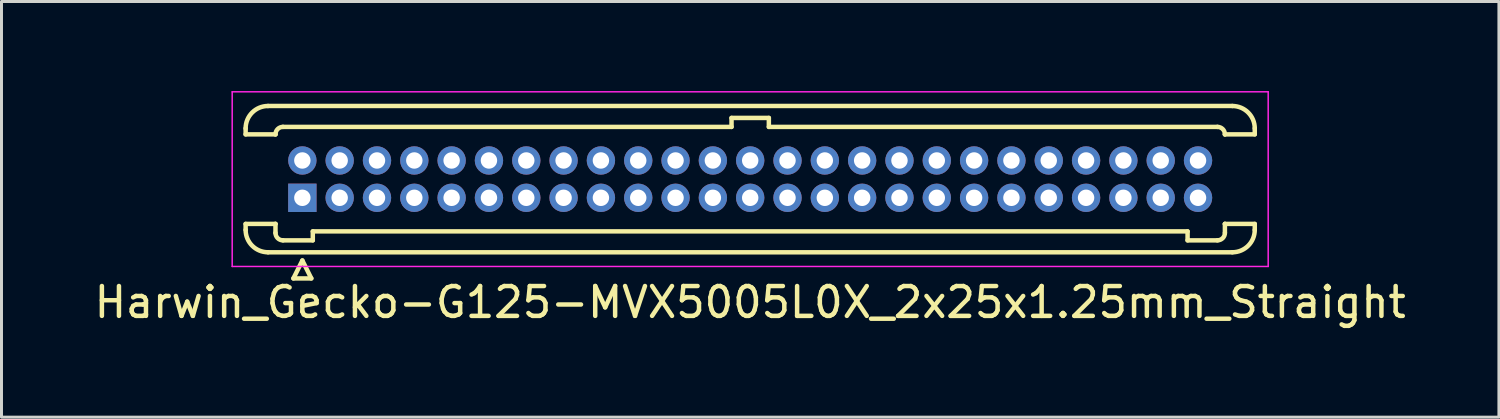
<source format=kicad_pcb>
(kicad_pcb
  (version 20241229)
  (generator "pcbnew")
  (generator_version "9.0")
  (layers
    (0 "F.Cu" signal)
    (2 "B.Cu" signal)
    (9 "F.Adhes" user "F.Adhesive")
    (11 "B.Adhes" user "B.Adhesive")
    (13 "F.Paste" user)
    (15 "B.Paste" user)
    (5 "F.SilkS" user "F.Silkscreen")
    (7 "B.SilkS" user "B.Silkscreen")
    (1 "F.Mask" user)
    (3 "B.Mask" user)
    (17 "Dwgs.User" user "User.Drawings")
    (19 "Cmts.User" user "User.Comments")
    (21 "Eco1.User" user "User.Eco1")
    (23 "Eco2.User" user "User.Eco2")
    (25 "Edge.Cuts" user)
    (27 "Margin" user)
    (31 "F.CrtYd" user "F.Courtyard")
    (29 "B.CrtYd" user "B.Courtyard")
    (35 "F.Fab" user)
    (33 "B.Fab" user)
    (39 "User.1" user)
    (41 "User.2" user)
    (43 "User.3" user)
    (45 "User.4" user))
  (footprint "Harwin_Gecko-G125-MVX5005L0X_2x25x1.25mm_Straight"
    (layer "F.Cu")
    (at 7.077 3.575)
    (property "Reference" "Harwin_Gecko-G125-MVX5005L0X_2x25x1.25mm_Straight" (at 15 3.5 0) (layer "F.SilkS") (effects (font (size 1 1) (thickness 0.15))))
    (attr through_hole)
    (fp_line (start -1.9 -2.325) (end -1.9 -2.125) (stroke (width 0.15) (type solid)) (layer "F.SilkS"))
    (fp_line (start -1.9 -2.125) (end -0.9 -2.125) (stroke (width 0.15) (type solid)) (layer "F.SilkS"))
    (fp_line (start -1.9 0.875) (end -0.9 0.875) (stroke (width 0.15) (type solid)) (layer "F.SilkS"))
    (fp_line (start -1.9 1.075) (end -1.9 0.875) (stroke (width 0.15) (type solid)) (layer "F.SilkS"))
    (fp_line (start -1.15 -3.075) (end 31.15 -3.075) (stroke (width 0.15) (type solid)) (layer "F.SilkS"))
    (fp_line (start -1.15 1.825) (end 31.15 1.825) (stroke (width 0.15) (type solid)) (layer "F.SilkS"))
    (fp_line (start -0.9 -2.125) (end -0.9 -2.125) (stroke (width 0.15) (type solid)) (layer "F.SilkS"))
    (fp_line (start -0.9 0.875) (end -0.9 0.875) (stroke (width 0.15) (type solid)) (layer "F.SilkS"))
    (fp_line (start -0.9 1.175) (end -0.9 0.875) (stroke (width 0.15) (type solid)) (layer "F.SilkS"))
    (fp_line (start -0.65 -2.375) (end 14.375 -2.375) (stroke (width 0.15) (type solid)) (layer "F.SilkS"))
    (fp_line (start -0.65 1.425) (end 0.35 1.425) (stroke (width 0.15) (type solid)) (layer "F.SilkS"))
    (fp_line (start -0.3 2.7) (end 0.3 2.7) (stroke (width 0.15) (type solid)) (layer "F.SilkS"))
    (fp_line (start 0 2.1) (end -0.3 2.7) (stroke (width 0.15) (type solid)) (layer "F.SilkS"))
    (fp_line (start 0.3 2.7) (end 0 2.1) (stroke (width 0.15) (type solid)) (layer "F.SilkS"))
    (fp_line (start 0.35 1.125) (end 29.65 1.125) (stroke (width 0.15) (type solid)) (layer "F.SilkS"))
    (fp_line (start 0.35 1.425) (end 0.35 1.125) (stroke (width 0.15) (type solid)) (layer "F.SilkS"))
    (fp_line (start 14.375 -2.675) (end 15.625 -2.675) (stroke (width 0.15) (type solid)) (layer "F.SilkS"))
    (fp_line (start 14.375 -2.375) (end 14.375 -2.675) (stroke (width 0.15) (type solid)) (layer "F.SilkS"))
    (fp_line (start 15.625 -2.675) (end 15.625 -2.375) (stroke (width 0.15) (type solid)) (layer "F.SilkS"))
    (fp_line (start 15.625 -2.375) (end 30.65 -2.375) (stroke (width 0.15) (type solid)) (layer "F.SilkS"))
    (fp_line (start 29.65 1.125) (end 29.65 1.425) (stroke (width 0.15) (type solid)) (layer "F.SilkS"))
    (fp_line (start 29.65 1.425) (end 30.65 1.425) (stroke (width 0.15) (type solid)) (layer "F.SilkS"))
    (fp_line (start 30.9 -2.125) (end 30.9 -2.125) (stroke (width 0.15) (type solid)) (layer "F.SilkS"))
    (fp_line (start 30.9 0.875) (end 30.9 0.875) (stroke (width 0.15) (type solid)) (layer "F.SilkS"))
    (fp_line (start 30.9 1.175) (end 30.9 0.875) (stroke (width 0.15) (type solid)) (layer "F.SilkS"))
    (fp_line (start 31.9 -2.325) (end 31.9 -2.125) (stroke (width 0.15) (type solid)) (layer "F.SilkS"))
    (fp_line (start 31.9 -2.125) (end 30.9 -2.125) (stroke (width 0.15) (type solid)) (layer "F.SilkS"))
    (fp_line (start 31.9 0.875) (end 30.9 0.875) (stroke (width 0.15) (type solid)) (layer "F.SilkS"))
    (fp_line (start 31.9 1.075) (end 31.9 0.875) (stroke (width 0.15) (type solid)) (layer "F.SilkS"))
    (fp_arc (start -1.9 -2.325) (mid -1.68033 -2.85533) (end -1.15 -3.075) (stroke (width 0.15) (type solid)) (layer "F.SilkS"))
    (fp_arc (start -1.15 1.825) (mid -1.68033 1.60533) (end -1.9 1.075) (stroke (width 0.15) (type solid)) (layer "F.SilkS"))
    (fp_arc (start -0.9 -2.125) (mid -0.826777 -2.301777) (end -0.65 -2.375) (stroke (width 0.15) (type solid)) (layer "F.SilkS"))
    (fp_arc (start -0.65 1.425) (mid -0.826777 1.351777) (end -0.9 1.175) (stroke (width 0.15) (type solid)) (layer "F.SilkS"))
    (fp_arc (start 30.65 -2.375) (mid 30.826777 -2.301777) (end 30.9 -2.125) (stroke (width 0.15) (type solid)) (layer "F.SilkS"))
    (fp_arc (start 30.9 1.175) (mid 30.826777 1.351777) (end 30.65 1.425) (stroke (width 0.15) (type solid)) (layer "F.SilkS"))
    (fp_arc (start 31.15 -3.075) (mid 31.68033 -2.85533) (end 31.9 -2.325) (stroke (width 0.15) (type solid)) (layer "F.SilkS"))
    (fp_arc (start 31.9 1.075) (mid 31.68033 1.60533) (end 31.15 1.825) (stroke (width 0.15) (type solid)) (layer "F.SilkS"))
    (fp_line (start -2.35 -3.55) (end -2.35 2.3) (stroke (width 0.05) (type solid)) (layer "F.CrtYd"))
    (fp_line (start -2.35 2.3) (end 32.35 2.3) (stroke (width 0.05) (type solid)) (layer "F.CrtYd"))
    (fp_line (start 32.35 -3.55) (end -2.35 -3.55) (stroke (width 0.05) (type solid)) (layer "F.CrtYd"))
    (fp_line (start 32.35 2.3) (end 32.35 -3.55) (stroke (width 0.05) (type solid)) (layer "F.CrtYd"))
    (pad "1" thru_hole rect (at 0 0) (size 0.95 0.95) (drill 0.55) (layers "*.Cu" "*.Mask"))
    (pad "2" thru_hole circle (at 0 -1.25) (size 0.95 0.95) (drill 0.55) (layers "*.Cu" "*.Mask"))
    (pad "3" thru_hole circle (at 1.25 0) (size 0.95 0.95) (drill 0.55) (layers "*.Cu" "*.Mask"))
    (pad "4" thru_hole circle (at 1.25 -1.25) (size 0.95 0.95) (drill 0.55) (layers "*.Cu" "*.Mask"))
    (pad "5" thru_hole circle (at 2.5 0) (size 0.95 0.95) (drill 0.55) (layers "*.Cu" "*.Mask"))
    (pad "6" thru_hole circle (at 2.5 -1.25) (size 0.95 0.95) (drill 0.55) (layers "*.Cu" "*.Mask"))
    (pad "7" thru_hole circle (at 3.75 0) (size 0.95 0.95) (drill 0.55) (layers "*.Cu" "*.Mask"))
    (pad "8" thru_hole circle (at 3.75 -1.25) (size 0.95 0.95) (drill 0.55) (layers "*.Cu" "*.Mask"))
    (pad "9" thru_hole circle (at 5 0) (size 0.95 0.95) (drill 0.55) (layers "*.Cu" "*.Mask"))
    (pad "10" thru_hole circle (at 5 -1.25) (size 0.95 0.95) (drill 0.55) (layers "*.Cu" "*.Mask"))
    (pad "11" thru_hole circle (at 6.25 0) (size 0.95 0.95) (drill 0.55) (layers "*.Cu" "*.Mask"))
    (pad "12" thru_hole circle (at 6.25 -1.25) (size 0.95 0.95) (drill 0.55) (layers "*.Cu" "*.Mask"))
    (pad "13" thru_hole circle (at 7.5 0) (size 0.95 0.95) (drill 0.55) (layers "*.Cu" "*.Mask"))
    (pad "14" thru_hole circle (at 7.5 -1.25) (size 0.95 0.95) (drill 0.55) (layers "*.Cu" "*.Mask"))
    (pad "15" thru_hole circle (at 8.75 0) (size 0.95 0.95) (drill 0.55) (layers "*.Cu" "*.Mask"))
    (pad "16" thru_hole circle (at 8.75 -1.25) (size 0.95 0.95) (drill 0.55) (layers "*.Cu" "*.Mask"))
    (pad "17" thru_hole circle (at 10 0) (size 0.95 0.95) (drill 0.55) (layers "*.Cu" "*.Mask"))
    (pad "18" thru_hole circle (at 10 -1.25) (size 0.95 0.95) (drill 0.55) (layers "*.Cu" "*.Mask"))
    (pad "19" thru_hole circle (at 11.25 0) (size 0.95 0.95) (drill 0.55) (layers "*.Cu" "*.Mask"))
    (pad "20" thru_hole circle (at 11.25 -1.25) (size 0.95 0.95) (drill 0.55) (layers "*.Cu" "*.Mask"))
    (pad "21" thru_hole circle (at 12.5 0) (size 0.95 0.95) (drill 0.55) (layers "*.Cu" "*.Mask"))
    (pad "22" thru_hole circle (at 12.5 -1.25) (size 0.95 0.95) (drill 0.55) (layers "*.Cu" "*.Mask"))
    (pad "23" thru_hole circle (at 13.75 0) (size 0.95 0.95) (drill 0.55) (layers "*.Cu" "*.Mask"))
    (pad "24" thru_hole circle (at 13.75 -1.25) (size 0.95 0.95) (drill 0.55) (layers "*.Cu" "*.Mask"))
    (pad "25" thru_hole circle (at 15 0) (size 0.95 0.95) (drill 0.55) (layers "*.Cu" "*.Mask"))
    (pad "26" thru_hole circle (at 15 -1.25) (size 0.95 0.95) (drill 0.55) (layers "*.Cu" "*.Mask"))
    (pad "27" thru_hole circle (at 16.25 0) (size 0.95 0.95) (drill 0.55) (layers "*.Cu" "*.Mask"))
    (pad "28" thru_hole circle (at 16.25 -1.25) (size 0.95 0.95) (drill 0.55) (layers "*.Cu" "*.Mask"))
    (pad "29" thru_hole circle (at 17.5 0) (size 0.95 0.95) (drill 0.55) (layers "*.Cu" "*.Mask"))
    (pad "30" thru_hole circle (at 17.5 -1.25) (size 0.95 0.95) (drill 0.55) (layers "*.Cu" "*.Mask"))
    (pad "31" thru_hole circle (at 18.75 0) (size 0.95 0.95) (drill 0.55) (layers "*.Cu" "*.Mask"))
    (pad "32" thru_hole circle (at 18.75 -1.25) (size 0.95 0.95) (drill 0.55) (layers "*.Cu" "*.Mask"))
    (pad "33" thru_hole circle (at 20 0) (size 0.95 0.95) (drill 0.55) (layers "*.Cu" "*.Mask"))
    (pad "34" thru_hole circle (at 20 -1.25) (size 0.95 0.95) (drill 0.55) (layers "*.Cu" "*.Mask"))
    (pad "35" thru_hole circle (at 21.25 0) (size 0.95 0.95) (drill 0.55) (layers "*.Cu" "*.Mask"))
    (pad "36" thru_hole circle (at 21.25 -1.25) (size 0.95 0.95) (drill 0.55) (layers "*.Cu" "*.Mask"))
    (pad "37" thru_hole circle (at 22.5 0) (size 0.95 0.95) (drill 0.55) (layers "*.Cu" "*.Mask"))
    (pad "38" thru_hole circle (at 22.5 -1.25) (size 0.95 0.95) (drill 0.55) (layers "*.Cu" "*.Mask"))
    (pad "39" thru_hole circle (at 23.75 0) (size 0.95 0.95) (drill 0.55) (layers "*.Cu" "*.Mask"))
    (pad "40" thru_hole circle (at 23.75 -1.25) (size 0.95 0.95) (drill 0.55) (layers "*.Cu" "*.Mask"))
    (pad "41" thru_hole circle (at 25 0) (size 0.95 0.95) (drill 0.55) (layers "*.Cu" "*.Mask"))
    (pad "42" thru_hole circle (at 25 -1.25) (size 0.95 0.95) (drill 0.55) (layers "*.Cu" "*.Mask"))
    (pad "43" thru_hole circle (at 26.25 0) (size 0.95 0.95) (drill 0.55) (layers "*.Cu" "*.Mask"))
    (pad "44" thru_hole circle (at 26.25 -1.25) (size 0.95 0.95) (drill 0.55) (layers "*.Cu" "*.Mask"))
    (pad "45" thru_hole circle (at 27.5 0) (size 0.95 0.95) (drill 0.55) (layers "*.Cu" "*.Mask"))
    (pad "46" thru_hole circle (at 27.5 -1.25) (size 0.95 0.95) (drill 0.55) (layers "*.Cu" "*.Mask"))
    (pad "47" thru_hole circle (at 28.75 0) (size 0.95 0.95) (drill 0.55) (layers "*.Cu" "*.Mask"))
    (pad "48" thru_hole circle (at 28.75 -1.25) (size 0.95 0.95) (drill 0.55) (layers "*.Cu" "*.Mask"))
    (pad "49" thru_hole circle (at 30 0) (size 0.95 0.95) (drill 0.55) (layers "*.Cu" "*.Mask"))
    (pad "50" thru_hole circle (at 30 -1.25) (size 0.95 0.95) (drill 0.55) (layers "*.Cu" "*.Mask")))
  (gr_rect
    (start -3 -3)
    (end 47.155 10.923)
    (stroke (width 0.1) (type default))
    (fill no)
    (layer "Edge.Cuts")))
</source>
